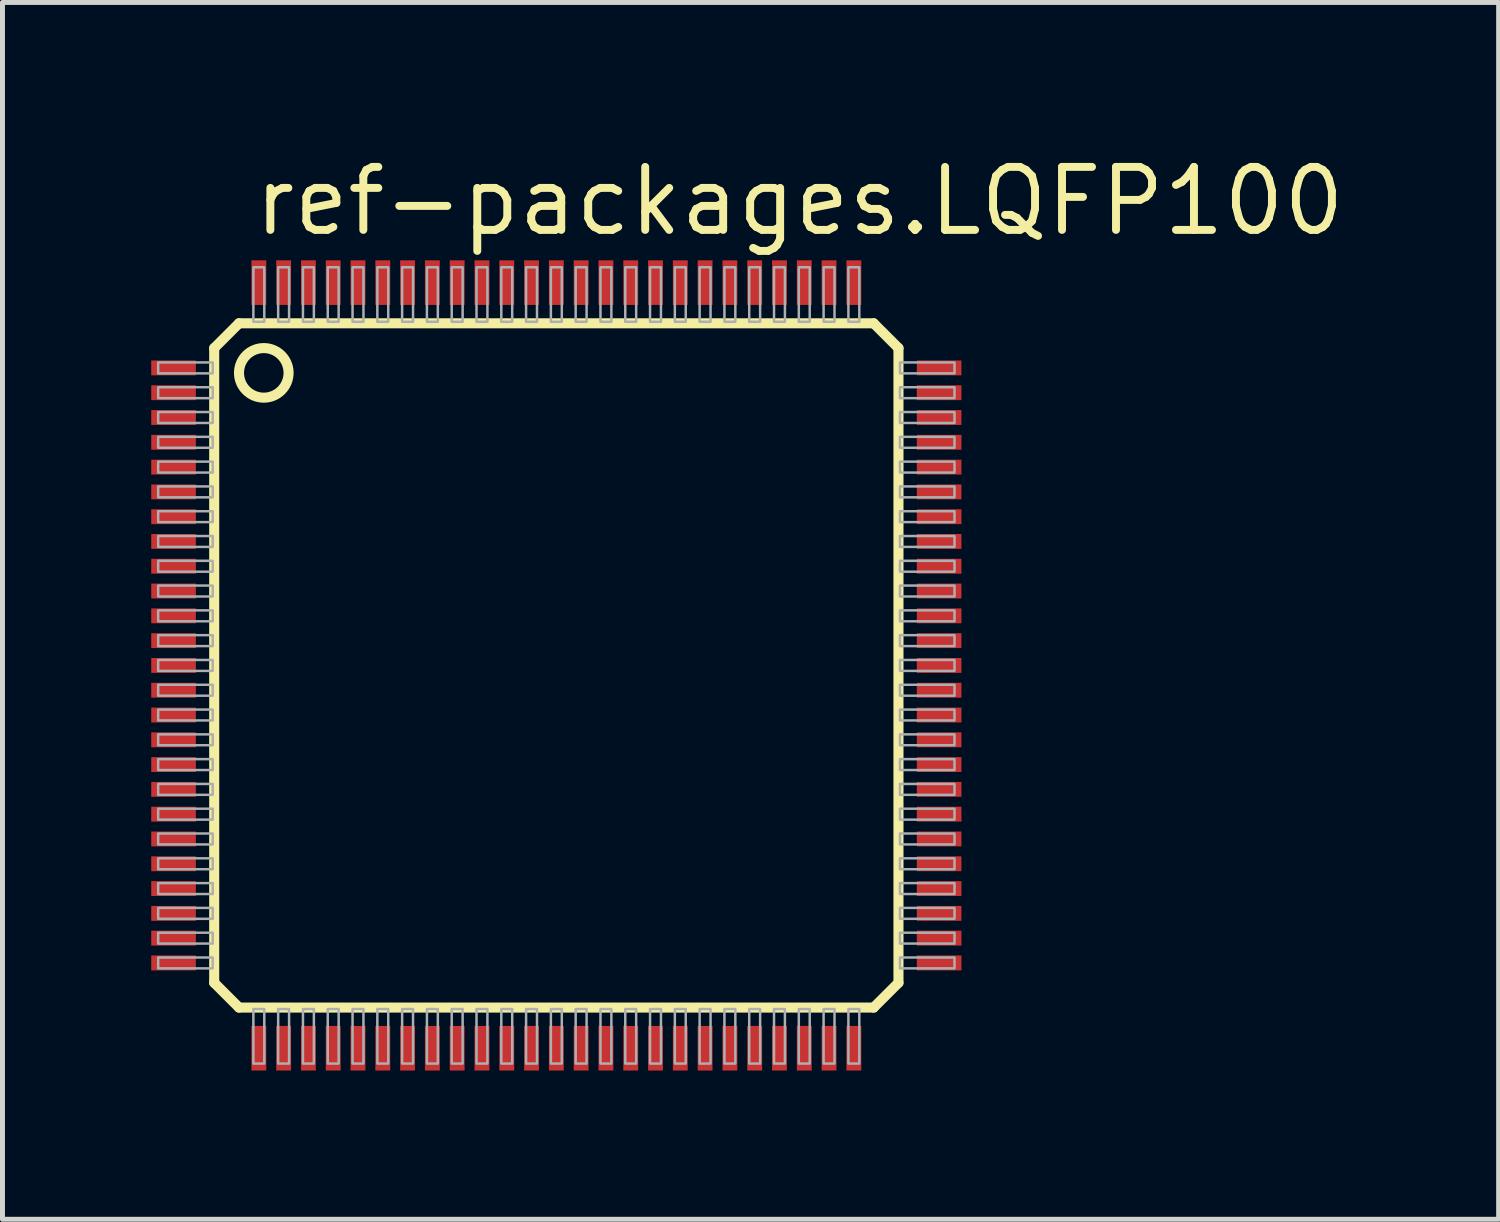
<source format=kicad_pcb>
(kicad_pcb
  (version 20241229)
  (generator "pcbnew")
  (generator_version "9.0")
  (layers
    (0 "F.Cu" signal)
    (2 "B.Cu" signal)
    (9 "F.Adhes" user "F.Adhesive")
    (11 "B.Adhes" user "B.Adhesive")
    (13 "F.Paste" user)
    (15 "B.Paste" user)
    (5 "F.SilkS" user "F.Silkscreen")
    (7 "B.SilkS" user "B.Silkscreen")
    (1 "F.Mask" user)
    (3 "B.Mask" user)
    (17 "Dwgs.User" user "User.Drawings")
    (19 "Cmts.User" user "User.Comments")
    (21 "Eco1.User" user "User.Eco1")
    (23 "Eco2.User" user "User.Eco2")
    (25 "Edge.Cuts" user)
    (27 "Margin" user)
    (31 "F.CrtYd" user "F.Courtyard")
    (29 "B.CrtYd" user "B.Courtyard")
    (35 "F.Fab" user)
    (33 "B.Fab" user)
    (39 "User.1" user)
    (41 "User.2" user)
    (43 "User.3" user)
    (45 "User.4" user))
  (footprint "ref-packages.LQFP100"
    (layer "F.Cu")
    (at 8.17 10.37)
    (property "Reference" "ref-packages.LQFP100" (at -6.175 -8.62 0) (layer "F.SilkS") (effects (font (size 1.27 1.27) (thickness 0.16)) (justify left bottom)))
    (attr smd)
    (fp_line (start -6.9 -6.4) (end -6.9 6.4) (stroke (width 0.203) (type default)) (layer "F.SilkS"))
    (fp_line (start -6.4 -6.9) (end -6.9 -6.4) (stroke (width 0.203) (type default)) (layer "F.SilkS"))
    (fp_line (start -6.4 6.9) (end -6.9 6.4) (stroke (width 0.203) (type default)) (layer "F.SilkS"))
    (fp_line (start -6.4 6.9) (end 6.4 6.9) (stroke (width 0.203) (type default)) (layer "F.SilkS"))
    (fp_line (start 6.4 -6.9) (end -6.4 -6.9) (stroke (width 0.203) (type default)) (layer "F.SilkS"))
    (fp_line (start 6.4 -6.9) (end 6.9 -6.4) (stroke (width 0.203) (type default)) (layer "F.SilkS"))
    (fp_line (start 6.4 6.9) (end 6.9 6.4) (stroke (width 0.203) (type default)) (layer "F.SilkS"))
    (fp_line (start 6.9 6.4) (end 6.9 -6.4) (stroke (width 0.203) (type default)) (layer "F.SilkS"))
    (fp_circle (center -5.9 -5.9) (end -5.4 -5.9) (stroke (width 0.203) (type default)) (fill no) (layer "F.SilkS"))
    (fp_rect (start -8.03 -5.89) (end -6.93 -6.11) (stroke (width 0.05) (type default)) (fill no) (layer "F.Fab"))
    (fp_rect (start -8.03 -5.39) (end -6.93 -5.61) (stroke (width 0.05) (type default)) (fill no) (layer "F.Fab"))
    (fp_rect (start -8.03 -4.89) (end -6.93 -5.11) (stroke (width 0.05) (type default)) (fill no) (layer "F.Fab"))
    (fp_rect (start -8.03 -4.39) (end -6.93 -4.61) (stroke (width 0.05) (type default)) (fill no) (layer "F.Fab"))
    (fp_rect (start -8.03 -3.89) (end -6.93 -4.11) (stroke (width 0.05) (type default)) (fill no) (layer "F.Fab"))
    (fp_rect (start -8.03 -3.39) (end -6.93 -3.61) (stroke (width 0.05) (type default)) (fill no) (layer "F.Fab"))
    (fp_rect (start -8.03 -2.89) (end -6.93 -3.11) (stroke (width 0.05) (type default)) (fill no) (layer "F.Fab"))
    (fp_rect (start -8.03 -2.39) (end -6.93 -2.61) (stroke (width 0.05) (type default)) (fill no) (layer "F.Fab"))
    (fp_rect (start -8.03 -1.89) (end -6.93 -2.11) (stroke (width 0.05) (type default)) (fill no) (layer "F.Fab"))
    (fp_rect (start -8.03 -1.39) (end -6.93 -1.61) (stroke (width 0.05) (type default)) (fill no) (layer "F.Fab"))
    (fp_rect (start -8.03 -0.89) (end -6.93 -1.11) (stroke (width 0.05) (type default)) (fill no) (layer "F.Fab"))
    (fp_rect (start -8.03 -0.39) (end -6.93 -0.61) (stroke (width 0.05) (type default)) (fill no) (layer "F.Fab"))
    (fp_rect (start -8.03 0.11) (end -6.93 -0.11) (stroke (width 0.05) (type default)) (fill no) (layer "F.Fab"))
    (fp_rect (start -8.03 0.61) (end -6.93 0.39) (stroke (width 0.05) (type default)) (fill no) (layer "F.Fab"))
    (fp_rect (start -8.03 1.11) (end -6.93 0.89) (stroke (width 0.05) (type default)) (fill no) (layer "F.Fab"))
    (fp_rect (start -8.03 1.61) (end -6.93 1.39) (stroke (width 0.05) (type default)) (fill no) (layer "F.Fab"))
    (fp_rect (start -8.03 2.11) (end -6.93 1.89) (stroke (width 0.05) (type default)) (fill no) (layer "F.Fab"))
    (fp_rect (start -8.03 2.61) (end -6.93 2.39) (stroke (width 0.05) (type default)) (fill no) (layer "F.Fab"))
    (fp_rect (start -8.03 3.11) (end -6.93 2.89) (stroke (width 0.05) (type default)) (fill no) (layer "F.Fab"))
    (fp_rect (start -8.03 3.61) (end -6.93 3.39) (stroke (width 0.05) (type default)) (fill no) (layer "F.Fab"))
    (fp_rect (start -8.03 4.11) (end -6.93 3.89) (stroke (width 0.05) (type default)) (fill no) (layer "F.Fab"))
    (fp_rect (start -8.03 4.61) (end -6.93 4.39) (stroke (width 0.05) (type default)) (fill no) (layer "F.Fab"))
    (fp_rect (start -8.03 5.11) (end -6.93 4.89) (stroke (width 0.05) (type default)) (fill no) (layer "F.Fab"))
    (fp_rect (start -8.03 5.61) (end -6.93 5.39) (stroke (width 0.05) (type default)) (fill no) (layer "F.Fab"))
    (fp_rect (start -8.03 6.11) (end -6.93 5.89) (stroke (width 0.05) (type default)) (fill no) (layer "F.Fab"))
    (fp_rect (start -6.11 -6.93) (end -5.89 -8.03) (stroke (width 0.05) (type default)) (fill no) (layer "F.Fab"))
    (fp_rect (start -6.11 8.03) (end -5.89 6.93) (stroke (width 0.05) (type default)) (fill no) (layer "F.Fab"))
    (fp_rect (start -5.61 -6.93) (end -5.39 -8.03) (stroke (width 0.05) (type default)) (fill no) (layer "F.Fab"))
    (fp_rect (start -5.61 8.03) (end -5.39 6.93) (stroke (width 0.05) (type default)) (fill no) (layer "F.Fab"))
    (fp_rect (start -5.11 -6.93) (end -4.89 -8.03) (stroke (width 0.05) (type default)) (fill no) (layer "F.Fab"))
    (fp_rect (start -5.11 8.03) (end -4.89 6.93) (stroke (width 0.05) (type default)) (fill no) (layer "F.Fab"))
    (fp_rect (start -4.61 -6.93) (end -4.39 -8.03) (stroke (width 0.05) (type default)) (fill no) (layer "F.Fab"))
    (fp_rect (start -4.61 8.03) (end -4.39 6.93) (stroke (width 0.05) (type default)) (fill no) (layer "F.Fab"))
    (fp_rect (start -4.11 -6.93) (end -3.89 -8.03) (stroke (width 0.05) (type default)) (fill no) (layer "F.Fab"))
    (fp_rect (start -4.11 8.03) (end -3.89 6.93) (stroke (width 0.05) (type default)) (fill no) (layer "F.Fab"))
    (fp_rect (start -3.61 -6.93) (end -3.39 -8.03) (stroke (width 0.05) (type default)) (fill no) (layer "F.Fab"))
    (fp_rect (start -3.61 8.03) (end -3.39 6.93) (stroke (width 0.05) (type default)) (fill no) (layer "F.Fab"))
    (fp_rect (start -3.11 -6.93) (end -2.89 -8.03) (stroke (width 0.05) (type default)) (fill no) (layer "F.Fab"))
    (fp_rect (start -3.11 8.03) (end -2.89 6.93) (stroke (width 0.05) (type default)) (fill no) (layer "F.Fab"))
    (fp_rect (start -2.61 -6.93) (end -2.39 -8.03) (stroke (width 0.05) (type default)) (fill no) (layer "F.Fab"))
    (fp_rect (start -2.61 8.03) (end -2.39 6.93) (stroke (width 0.05) (type default)) (fill no) (layer "F.Fab"))
    (fp_rect (start -2.11 -6.93) (end -1.89 -8.03) (stroke (width 0.05) (type default)) (fill no) (layer "F.Fab"))
    (fp_rect (start -2.11 8.03) (end -1.89 6.93) (stroke (width 0.05) (type default)) (fill no) (layer "F.Fab"))
    (fp_rect (start -1.61 -6.93) (end -1.39 -8.03) (stroke (width 0.05) (type default)) (fill no) (layer "F.Fab"))
    (fp_rect (start -1.61 8.03) (end -1.39 6.93) (stroke (width 0.05) (type default)) (fill no) (layer "F.Fab"))
    (fp_rect (start -1.11 -6.93) (end -0.89 -8.03) (stroke (width 0.05) (type default)) (fill no) (layer "F.Fab"))
    (fp_rect (start -1.11 8.03) (end -0.89 6.93) (stroke (width 0.05) (type default)) (fill no) (layer "F.Fab"))
    (fp_rect (start -0.61 -6.93) (end -0.39 -8.03) (stroke (width 0.05) (type default)) (fill no) (layer "F.Fab"))
    (fp_rect (start -0.61 8.03) (end -0.39 6.93) (stroke (width 0.05) (type default)) (fill no) (layer "F.Fab"))
    (fp_rect (start -0.11 -6.93) (end 0.11 -8.03) (stroke (width 0.05) (type default)) (fill no) (layer "F.Fab"))
    (fp_rect (start -0.11 8.03) (end 0.11 6.93) (stroke (width 0.05) (type default)) (fill no) (layer "F.Fab"))
    (fp_rect (start 0.39 -6.93) (end 0.61 -8.03) (stroke (width 0.05) (type default)) (fill no) (layer "F.Fab"))
    (fp_rect (start 0.39 8.03) (end 0.61 6.93) (stroke (width 0.05) (type default)) (fill no) (layer "F.Fab"))
    (fp_rect (start 0.89 -6.93) (end 1.11 -8.03) (stroke (width 0.05) (type default)) (fill no) (layer "F.Fab"))
    (fp_rect (start 0.89 8.03) (end 1.11 6.93) (stroke (width 0.05) (type default)) (fill no) (layer "F.Fab"))
    (fp_rect (start 1.39 -6.93) (end 1.61 -8.03) (stroke (width 0.05) (type default)) (fill no) (layer "F.Fab"))
    (fp_rect (start 1.39 8.03) (end 1.61 6.93) (stroke (width 0.05) (type default)) (fill no) (layer "F.Fab"))
    (fp_rect (start 1.89 -6.93) (end 2.11 -8.03) (stroke (width 0.05) (type default)) (fill no) (layer "F.Fab"))
    (fp_rect (start 1.89 8.03) (end 2.11 6.93) (stroke (width 0.05) (type default)) (fill no) (layer "F.Fab"))
    (fp_rect (start 2.39 -6.93) (end 2.61 -8.03) (stroke (width 0.05) (type default)) (fill no) (layer "F.Fab"))
    (fp_rect (start 2.39 8.03) (end 2.61 6.93) (stroke (width 0.05) (type default)) (fill no) (layer "F.Fab"))
    (fp_rect (start 2.89 -6.93) (end 3.11 -8.03) (stroke (width 0.05) (type default)) (fill no) (layer "F.Fab"))
    (fp_rect (start 2.89 8.03) (end 3.11 6.93) (stroke (width 0.05) (type default)) (fill no) (layer "F.Fab"))
    (fp_rect (start 3.39 -6.93) (end 3.61 -8.03) (stroke (width 0.05) (type default)) (fill no) (layer "F.Fab"))
    (fp_rect (start 3.39 8.03) (end 3.61 6.93) (stroke (width 0.05) (type default)) (fill no) (layer "F.Fab"))
    (fp_rect (start 3.89 -6.93) (end 4.11 -8.03) (stroke (width 0.05) (type default)) (fill no) (layer "F.Fab"))
    (fp_rect (start 3.89 8.03) (end 4.11 6.93) (stroke (width 0.05) (type default)) (fill no) (layer "F.Fab"))
    (fp_rect (start 4.39 -6.93) (end 4.61 -8.03) (stroke (width 0.05) (type default)) (fill no) (layer "F.Fab"))
    (fp_rect (start 4.39 8.03) (end 4.61 6.93) (stroke (width 0.05) (type default)) (fill no) (layer "F.Fab"))
    (fp_rect (start 4.89 -6.93) (end 5.11 -8.03) (stroke (width 0.05) (type default)) (fill no) (layer "F.Fab"))
    (fp_rect (start 4.89 8.03) (end 5.11 6.93) (stroke (width 0.05) (type default)) (fill no) (layer "F.Fab"))
    (fp_rect (start 5.39 -6.93) (end 5.61 -8.03) (stroke (width 0.05) (type default)) (fill no) (layer "F.Fab"))
    (fp_rect (start 5.39 8.03) (end 5.61 6.93) (stroke (width 0.05) (type default)) (fill no) (layer "F.Fab"))
    (fp_rect (start 5.89 -6.93) (end 6.11 -8.03) (stroke (width 0.05) (type default)) (fill no) (layer "F.Fab"))
    (fp_rect (start 5.89 8.03) (end 6.11 6.93) (stroke (width 0.05) (type default)) (fill no) (layer "F.Fab"))
    (fp_rect (start 6.93 -5.89) (end 8.03 -6.11) (stroke (width 0.05) (type default)) (fill no) (layer "F.Fab"))
    (fp_rect (start 6.93 -5.39) (end 8.03 -5.61) (stroke (width 0.05) (type default)) (fill no) (layer "F.Fab"))
    (fp_rect (start 6.93 -4.89) (end 8.03 -5.11) (stroke (width 0.05) (type default)) (fill no) (layer "F.Fab"))
    (fp_rect (start 6.93 -4.39) (end 8.03 -4.61) (stroke (width 0.05) (type default)) (fill no) (layer "F.Fab"))
    (fp_rect (start 6.93 -3.89) (end 8.03 -4.11) (stroke (width 0.05) (type default)) (fill no) (layer "F.Fab"))
    (fp_rect (start 6.93 -3.39) (end 8.03 -3.61) (stroke (width 0.05) (type default)) (fill no) (layer "F.Fab"))
    (fp_rect (start 6.93 -2.89) (end 8.03 -3.11) (stroke (width 0.05) (type default)) (fill no) (layer "F.Fab"))
    (fp_rect (start 6.93 -2.39) (end 8.03 -2.61) (stroke (width 0.05) (type default)) (fill no) (layer "F.Fab"))
    (fp_rect (start 6.93 -1.89) (end 8.03 -2.11) (stroke (width 0.05) (type default)) (fill no) (layer "F.Fab"))
    (fp_rect (start 6.93 -1.39) (end 8.03 -1.61) (stroke (width 0.05) (type default)) (fill no) (layer "F.Fab"))
    (fp_rect (start 6.93 -0.89) (end 8.03 -1.11) (stroke (width 0.05) (type default)) (fill no) (layer "F.Fab"))
    (fp_rect (start 6.93 -0.39) (end 8.03 -0.61) (stroke (width 0.05) (type default)) (fill no) (layer "F.Fab"))
    (fp_rect (start 6.93 0.11) (end 8.03 -0.11) (stroke (width 0.05) (type default)) (fill no) (layer "F.Fab"))
    (fp_rect (start 6.93 0.61) (end 8.03 0.39) (stroke (width 0.05) (type default)) (fill no) (layer "F.Fab"))
    (fp_rect (start 6.93 1.11) (end 8.03 0.89) (stroke (width 0.05) (type default)) (fill no) (layer "F.Fab"))
    (fp_rect (start 6.93 1.61) (end 8.03 1.39) (stroke (width 0.05) (type default)) (fill no) (layer "F.Fab"))
    (fp_rect (start 6.93 2.11) (end 8.03 1.89) (stroke (width 0.05) (type default)) (fill no) (layer "F.Fab"))
    (fp_rect (start 6.93 2.61) (end 8.03 2.39) (stroke (width 0.05) (type default)) (fill no) (layer "F.Fab"))
    (fp_rect (start 6.93 3.11) (end 8.03 2.89) (stroke (width 0.05) (type default)) (fill no) (layer "F.Fab"))
    (fp_rect (start 6.93 3.61) (end 8.03 3.39) (stroke (width 0.05) (type default)) (fill no) (layer "F.Fab"))
    (fp_rect (start 6.93 4.11) (end 8.03 3.89) (stroke (width 0.05) (type default)) (fill no) (layer "F.Fab"))
    (fp_rect (start 6.93 4.61) (end 8.03 4.39) (stroke (width 0.05) (type default)) (fill no) (layer "F.Fab"))
    (fp_rect (start 6.93 5.11) (end 8.03 4.89) (stroke (width 0.05) (type default)) (fill no) (layer "F.Fab"))
    (fp_rect (start 6.93 5.61) (end 8.03 5.39) (stroke (width 0.05) (type default)) (fill no) (layer "F.Fab"))
    (fp_rect (start 6.93 6.11) (end 8.03 5.89) (stroke (width 0.05) (type default)) (fill no) (layer "F.Fab"))
    (pad "1" smd roundrect (at -7.72 -6) (size 0.9 0.3) (layers "F.Cu" "F.Mask" "F.Paste") (roundrect_rratio 0.01))
    (pad "2" smd roundrect (at -7.72 -5.5) (size 0.9 0.3) (layers "F.Cu" "F.Mask" "F.Paste") (roundrect_rratio 0.01))
    (pad "3" smd roundrect (at -7.72 -5) (size 0.9 0.3) (layers "F.Cu" "F.Mask" "F.Paste") (roundrect_rratio 0.01))
    (pad "4" smd roundrect (at -7.72 -4.5) (size 0.9 0.3) (layers "F.Cu" "F.Mask" "F.Paste") (roundrect_rratio 0.01))
    (pad "5" smd roundrect (at -7.72 -4) (size 0.9 0.3) (layers "F.Cu" "F.Mask" "F.Paste") (roundrect_rratio 0.01))
    (pad "6" smd roundrect (at -7.72 -3.5) (size 0.9 0.3) (layers "F.Cu" "F.Mask" "F.Paste") (roundrect_rratio 0.01))
    (pad "7" smd roundrect (at -7.72 -3) (size 0.9 0.3) (layers "F.Cu" "F.Mask" "F.Paste") (roundrect_rratio 0.01))
    (pad "8" smd roundrect (at -7.72 -2.5) (size 0.9 0.3) (layers "F.Cu" "F.Mask" "F.Paste") (roundrect_rratio 0.01))
    (pad "9" smd roundrect (at -7.72 -2) (size 0.9 0.3) (layers "F.Cu" "F.Mask" "F.Paste") (roundrect_rratio 0.01))
    (pad "10" smd roundrect (at -7.72 -1.5) (size 0.9 0.3) (layers "F.Cu" "F.Mask" "F.Paste") (roundrect_rratio 0.01))
    (pad "11" smd roundrect (at -7.72 -1) (size 0.9 0.3) (layers "F.Cu" "F.Mask" "F.Paste") (roundrect_rratio 0.01))
    (pad "12" smd roundrect (at -7.72 -0.5) (size 0.9 0.3) (layers "F.Cu" "F.Mask" "F.Paste") (roundrect_rratio 0.01))
    (pad "13" smd roundrect (at -7.72 0) (size 0.9 0.3) (layers "F.Cu" "F.Mask" "F.Paste") (roundrect_rratio 0.01))
    (pad "14" smd roundrect (at -7.72 0.5) (size 0.9 0.3) (layers "F.Cu" "F.Mask" "F.Paste") (roundrect_rratio 0.01))
    (pad "15" smd roundrect (at -7.72 1) (size 0.9 0.3) (layers "F.Cu" "F.Mask" "F.Paste") (roundrect_rratio 0.01))
    (pad "16" smd roundrect (at -7.72 1.5) (size 0.9 0.3) (layers "F.Cu" "F.Mask" "F.Paste") (roundrect_rratio 0.01))
    (pad "17" smd roundrect (at -7.72 2) (size 0.9 0.3) (layers "F.Cu" "F.Mask" "F.Paste") (roundrect_rratio 0.01))
    (pad "18" smd roundrect (at -7.72 2.5) (size 0.9 0.3) (layers "F.Cu" "F.Mask" "F.Paste") (roundrect_rratio 0.01))
    (pad "19" smd roundrect (at -7.72 3) (size 0.9 0.3) (layers "F.Cu" "F.Mask" "F.Paste") (roundrect_rratio 0.01))
    (pad "20" smd roundrect (at -7.72 3.5) (size 0.9 0.3) (layers "F.Cu" "F.Mask" "F.Paste") (roundrect_rratio 0.01))
    (pad "21" smd roundrect (at -7.72 4) (size 0.9 0.3) (layers "F.Cu" "F.Mask" "F.Paste") (roundrect_rratio 0.01))
    (pad "22" smd roundrect (at -7.72 4.5) (size 0.9 0.3) (layers "F.Cu" "F.Mask" "F.Paste") (roundrect_rratio 0.01))
    (pad "23" smd roundrect (at -7.72 5) (size 0.9 0.3) (layers "F.Cu" "F.Mask" "F.Paste") (roundrect_rratio 0.01))
    (pad "24" smd roundrect (at -7.72 5.5) (size 0.9 0.3) (layers "F.Cu" "F.Mask" "F.Paste") (roundrect_rratio 0.01))
    (pad "25" smd roundrect (at -7.72 6) (size 0.9 0.3) (layers "F.Cu" "F.Mask" "F.Paste") (roundrect_rratio 0.01))
    (pad "26" smd roundrect (at -6 7.72) (size 0.3 0.9) (layers "F.Cu" "F.Mask" "F.Paste") (roundrect_rratio 0.01))
    (pad "27" smd roundrect (at -5.5 7.72) (size 0.3 0.9) (layers "F.Cu" "F.Mask" "F.Paste") (roundrect_rratio 0.01))
    (pad "28" smd roundrect (at -5 7.72) (size 0.3 0.9) (layers "F.Cu" "F.Mask" "F.Paste") (roundrect_rratio 0.01))
    (pad "29" smd roundrect (at -4.5 7.72) (size 0.3 0.9) (layers "F.Cu" "F.Mask" "F.Paste") (roundrect_rratio 0.01))
    (pad "30" smd roundrect (at -4 7.72) (size 0.3 0.9) (layers "F.Cu" "F.Mask" "F.Paste") (roundrect_rratio 0.01))
    (pad "31" smd roundrect (at -3.5 7.72) (size 0.3 0.9) (layers "F.Cu" "F.Mask" "F.Paste") (roundrect_rratio 0.01))
    (pad "32" smd roundrect (at -3 7.72) (size 0.3 0.9) (layers "F.Cu" "F.Mask" "F.Paste") (roundrect_rratio 0.01))
    (pad "33" smd roundrect (at -2.5 7.72) (size 0.3 0.9) (layers "F.Cu" "F.Mask" "F.Paste") (roundrect_rratio 0.01))
    (pad "34" smd roundrect (at -2 7.72) (size 0.3 0.9) (layers "F.Cu" "F.Mask" "F.Paste") (roundrect_rratio 0.01))
    (pad "35" smd roundrect (at -1.5 7.72) (size 0.3 0.9) (layers "F.Cu" "F.Mask" "F.Paste") (roundrect_rratio 0.01))
    (pad "36" smd roundrect (at -1 7.72) (size 0.3 0.9) (layers "F.Cu" "F.Mask" "F.Paste") (roundrect_rratio 0.01))
    (pad "37" smd roundrect (at -0.5 7.72) (size 0.3 0.9) (layers "F.Cu" "F.Mask" "F.Paste") (roundrect_rratio 0.01))
    (pad "38" smd roundrect (at 0 7.72) (size 0.3 0.9) (layers "F.Cu" "F.Mask" "F.Paste") (roundrect_rratio 0.01))
    (pad "39" smd roundrect (at 0.5 7.72) (size 0.3 0.9) (layers "F.Cu" "F.Mask" "F.Paste") (roundrect_rratio 0.01))
    (pad "40" smd roundrect (at 1 7.72) (size 0.3 0.9) (layers "F.Cu" "F.Mask" "F.Paste") (roundrect_rratio 0.01))
    (pad "41" smd roundrect (at 1.5 7.72) (size 0.3 0.9) (layers "F.Cu" "F.Mask" "F.Paste") (roundrect_rratio 0.01))
    (pad "42" smd roundrect (at 2 7.72) (size 0.3 0.9) (layers "F.Cu" "F.Mask" "F.Paste") (roundrect_rratio 0.01))
    (pad "43" smd roundrect (at 2.5 7.72) (size 0.3 0.9) (layers "F.Cu" "F.Mask" "F.Paste") (roundrect_rratio 0.01))
    (pad "44" smd roundrect (at 3 7.72) (size 0.3 0.9) (layers "F.Cu" "F.Mask" "F.Paste") (roundrect_rratio 0.01))
    (pad "45" smd roundrect (at 3.5 7.72) (size 0.3 0.9) (layers "F.Cu" "F.Mask" "F.Paste") (roundrect_rratio 0.01))
    (pad "46" smd roundrect (at 4 7.72) (size 0.3 0.9) (layers "F.Cu" "F.Mask" "F.Paste") (roundrect_rratio 0.01))
    (pad "47" smd roundrect (at 4.5 7.72) (size 0.3 0.9) (layers "F.Cu" "F.Mask" "F.Paste") (roundrect_rratio 0.01))
    (pad "48" smd roundrect (at 5 7.72) (size 0.3 0.9) (layers "F.Cu" "F.Mask" "F.Paste") (roundrect_rratio 0.01))
    (pad "49" smd roundrect (at 5.5 7.72) (size 0.3 0.9) (layers "F.Cu" "F.Mask" "F.Paste") (roundrect_rratio 0.01))
    (pad "50" smd roundrect (at 6 7.72) (size 0.3 0.9) (layers "F.Cu" "F.Mask" "F.Paste") (roundrect_rratio 0.01))
    (pad "51" smd roundrect (at 7.72 6) (size 0.9 0.3) (layers "F.Cu" "F.Mask" "F.Paste") (roundrect_rratio 0.01))
    (pad "52" smd roundrect (at 7.72 5.5) (size 0.9 0.3) (layers "F.Cu" "F.Mask" "F.Paste") (roundrect_rratio 0.01))
    (pad "53" smd roundrect (at 7.72 5) (size 0.9 0.3) (layers "F.Cu" "F.Mask" "F.Paste") (roundrect_rratio 0.01))
    (pad "54" smd roundrect (at 7.72 4.5) (size 0.9 0.3) (layers "F.Cu" "F.Mask" "F.Paste") (roundrect_rratio 0.01))
    (pad "55" smd roundrect (at 7.72 4) (size 0.9 0.3) (layers "F.Cu" "F.Mask" "F.Paste") (roundrect_rratio 0.01))
    (pad "56" smd roundrect (at 7.72 3.5) (size 0.9 0.3) (layers "F.Cu" "F.Mask" "F.Paste") (roundrect_rratio 0.01))
    (pad "57" smd roundrect (at 7.72 3) (size 0.9 0.3) (layers "F.Cu" "F.Mask" "F.Paste") (roundrect_rratio 0.01))
    (pad "58" smd roundrect (at 7.72 2.5) (size 0.9 0.3) (layers "F.Cu" "F.Mask" "F.Paste") (roundrect_rratio 0.01))
    (pad "59" smd roundrect (at 7.72 2) (size 0.9 0.3) (layers "F.Cu" "F.Mask" "F.Paste") (roundrect_rratio 0.01))
    (pad "60" smd roundrect (at 7.72 1.5) (size 0.9 0.3) (layers "F.Cu" "F.Mask" "F.Paste") (roundrect_rratio 0.01))
    (pad "61" smd roundrect (at 7.72 1) (size 0.9 0.3) (layers "F.Cu" "F.Mask" "F.Paste") (roundrect_rratio 0.01))
    (pad "62" smd roundrect (at 7.72 0.5) (size 0.9 0.3) (layers "F.Cu" "F.Mask" "F.Paste") (roundrect_rratio 0.01))
    (pad "63" smd roundrect (at 7.72 0) (size 0.9 0.3) (layers "F.Cu" "F.Mask" "F.Paste") (roundrect_rratio 0.01))
    (pad "64" smd roundrect (at 7.72 -0.5) (size 0.9 0.3) (layers "F.Cu" "F.Mask" "F.Paste") (roundrect_rratio 0.01))
    (pad "65" smd roundrect (at 7.72 -1) (size 0.9 0.3) (layers "F.Cu" "F.Mask" "F.Paste") (roundrect_rratio 0.01))
    (pad "66" smd roundrect (at 7.72 -1.5) (size 0.9 0.3) (layers "F.Cu" "F.Mask" "F.Paste") (roundrect_rratio 0.01))
    (pad "67" smd roundrect (at 7.72 -2) (size 0.9 0.3) (layers "F.Cu" "F.Mask" "F.Paste") (roundrect_rratio 0.01))
    (pad "68" smd roundrect (at 7.72 -2.5) (size 0.9 0.3) (layers "F.Cu" "F.Mask" "F.Paste") (roundrect_rratio 0.01))
    (pad "69" smd roundrect (at 7.72 -3) (size 0.9 0.3) (layers "F.Cu" "F.Mask" "F.Paste") (roundrect_rratio 0.01))
    (pad "70" smd roundrect (at 7.72 -3.5) (size 0.9 0.3) (layers "F.Cu" "F.Mask" "F.Paste") (roundrect_rratio 0.01))
    (pad "71" smd roundrect (at 7.72 -4) (size 0.9 0.3) (layers "F.Cu" "F.Mask" "F.Paste") (roundrect_rratio 0.01))
    (pad "72" smd roundrect (at 7.72 -4.5) (size 0.9 0.3) (layers "F.Cu" "F.Mask" "F.Paste") (roundrect_rratio 0.01))
    (pad "73" smd roundrect (at 7.72 -5) (size 0.9 0.3) (layers "F.Cu" "F.Mask" "F.Paste") (roundrect_rratio 0.01))
    (pad "74" smd roundrect (at 7.72 -5.5) (size 0.9 0.3) (layers "F.Cu" "F.Mask" "F.Paste") (roundrect_rratio 0.01))
    (pad "75" smd roundrect (at 7.72 -6) (size 0.9 0.3) (layers "F.Cu" "F.Mask" "F.Paste") (roundrect_rratio 0.01))
    (pad "76" smd roundrect (at 6 -7.72) (size 0.3 0.9) (layers "F.Cu" "F.Mask" "F.Paste") (roundrect_rratio 0.01))
    (pad "77" smd roundrect (at 5.5 -7.72) (size 0.3 0.9) (layers "F.Cu" "F.Mask" "F.Paste") (roundrect_rratio 0.01))
    (pad "78" smd roundrect (at 5 -7.72) (size 0.3 0.9) (layers "F.Cu" "F.Mask" "F.Paste") (roundrect_rratio 0.01))
    (pad "79" smd roundrect (at 4.5 -7.72) (size 0.3 0.9) (layers "F.Cu" "F.Mask" "F.Paste") (roundrect_rratio 0.01))
    (pad "80" smd roundrect (at 4 -7.72) (size 0.3 0.9) (layers "F.Cu" "F.Mask" "F.Paste") (roundrect_rratio 0.01))
    (pad "81" smd roundrect (at 3.5 -7.72) (size 0.3 0.9) (layers "F.Cu" "F.Mask" "F.Paste") (roundrect_rratio 0.01))
    (pad "82" smd roundrect (at 3 -7.72) (size 0.3 0.9) (layers "F.Cu" "F.Mask" "F.Paste") (roundrect_rratio 0.01))
    (pad "83" smd roundrect (at 2.5 -7.72) (size 0.3 0.9) (layers "F.Cu" "F.Mask" "F.Paste") (roundrect_rratio 0.01))
    (pad "84" smd roundrect (at 2 -7.72) (size 0.3 0.9) (layers "F.Cu" "F.Mask" "F.Paste") (roundrect_rratio 0.01))
    (pad "85" smd roundrect (at 1.5 -7.72) (size 0.3 0.9) (layers "F.Cu" "F.Mask" "F.Paste") (roundrect_rratio 0.01))
    (pad "86" smd roundrect (at 1 -7.72) (size 0.3 0.9) (layers "F.Cu" "F.Mask" "F.Paste") (roundrect_rratio 0.01))
    (pad "87" smd roundrect (at 0.5 -7.72) (size 0.3 0.9) (layers "F.Cu" "F.Mask" "F.Paste") (roundrect_rratio 0.01))
    (pad "88" smd roundrect (at 0 -7.72) (size 0.3 0.9) (layers "F.Cu" "F.Mask" "F.Paste") (roundrect_rratio 0.01))
    (pad "89" smd roundrect (at -0.5 -7.72) (size 0.3 0.9) (layers "F.Cu" "F.Mask" "F.Paste") (roundrect_rratio 0.01))
    (pad "90" smd roundrect (at -1 -7.72) (size 0.3 0.9) (layers "F.Cu" "F.Mask" "F.Paste") (roundrect_rratio 0.01))
    (pad "91" smd roundrect (at -1.5 -7.72) (size 0.3 0.9) (layers "F.Cu" "F.Mask" "F.Paste") (roundrect_rratio 0.01))
    (pad "92" smd roundrect (at -2 -7.72) (size 0.3 0.9) (layers "F.Cu" "F.Mask" "F.Paste") (roundrect_rratio 0.01))
    (pad "93" smd roundrect (at -2.5 -7.72) (size 0.3 0.9) (layers "F.Cu" "F.Mask" "F.Paste") (roundrect_rratio 0.01))
    (pad "94" smd roundrect (at -3 -7.72) (size 0.3 0.9) (layers "F.Cu" "F.Mask" "F.Paste") (roundrect_rratio 0.01))
    (pad "95" smd roundrect (at -3.5 -7.72) (size 0.3 0.9) (layers "F.Cu" "F.Mask" "F.Paste") (roundrect_rratio 0.01))
    (pad "96" smd roundrect (at -4 -7.72) (size 0.3 0.9) (layers "F.Cu" "F.Mask" "F.Paste") (roundrect_rratio 0.01))
    (pad "97" smd roundrect (at -4.5 -7.72) (size 0.3 0.9) (layers "F.Cu" "F.Mask" "F.Paste") (roundrect_rratio 0.01))
    (pad "98" smd roundrect (at -5 -7.72) (size 0.3 0.9) (layers "F.Cu" "F.Mask" "F.Paste") (roundrect_rratio 0.01))
    (pad "99" smd roundrect (at -5.5 -7.72) (size 0.3 0.9) (layers "F.Cu" "F.Mask" "F.Paste") (roundrect_rratio 0.01))
    (pad "100" smd roundrect (at -6 -7.72) (size 0.3 0.9) (layers "F.Cu" "F.Mask" "F.Paste") (roundrect_rratio 0.01)))
  (gr_rect
    (start -3 -3)
    (end 27.174 21.54)
    (stroke (width 0.1) (type default))
    (fill no)
    (layer "Edge.Cuts")))
</source>
